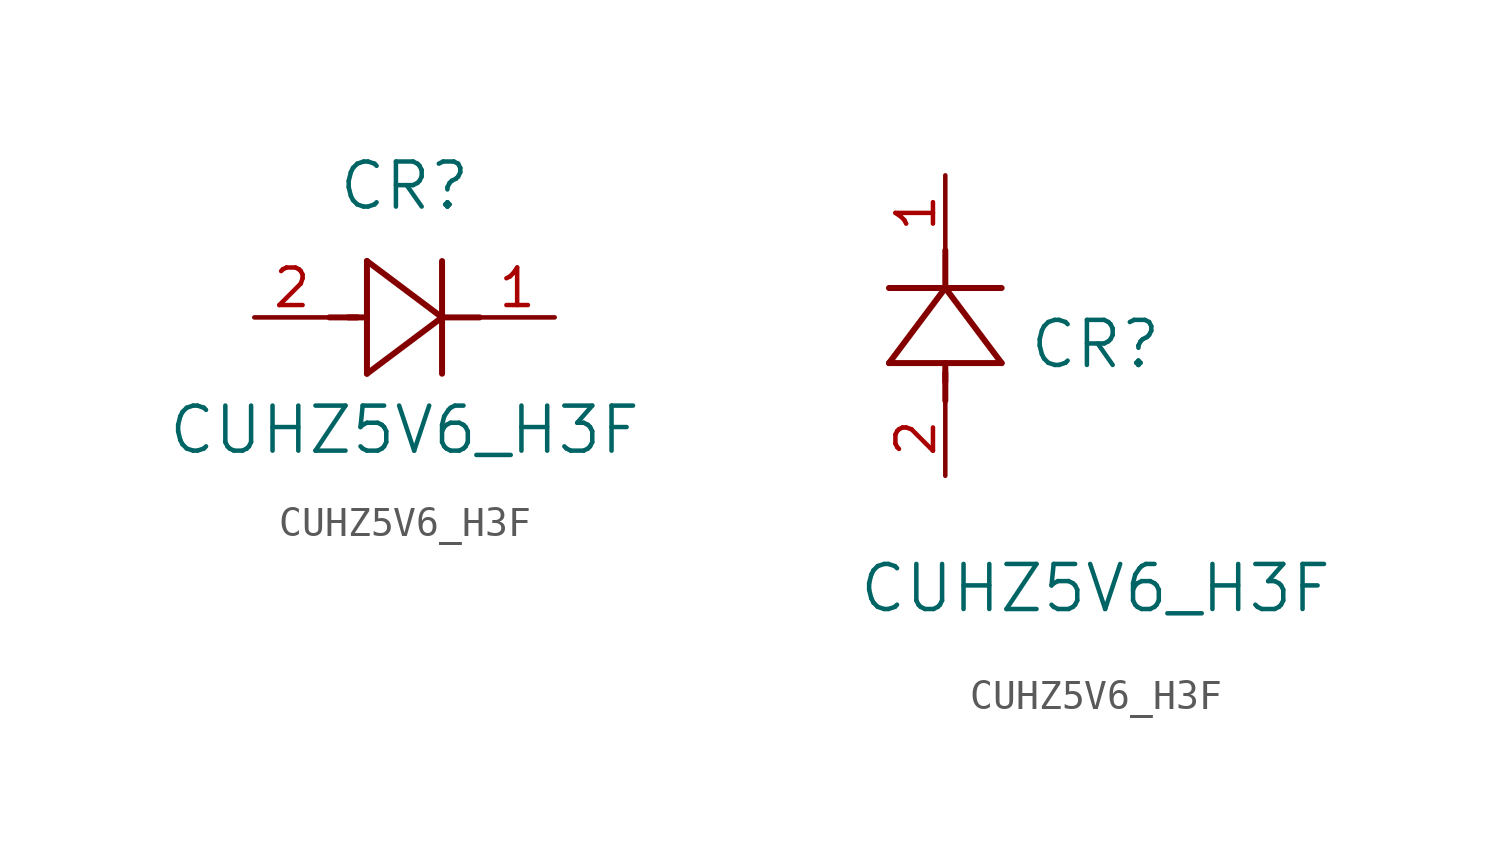
<source format=kicad_sym>
(kicad_symbol_lib
  (version 20211014)
  (generator kicad_symbol_editor)
  (symbol "CUHZ5V6_H3F"
    (pin_names
      (offset 0.254))
    (property "Reference" "CR"
      (at 5.08 4.445 0)
      (effects (font (size 1.524 1.524))))
    (property "Value" "CUHZ5V6_H3F"
      (at 5.08 -3.81 0)
      (effects (font (size 1.524 1.524))))
    (symbol "CUHZ5V6_H3F_1_1"
      (polyline (pts (xy 2.54 0) (xy 3.48 0)) (stroke (width 0.203) (type default) (color 0 0 0 0)) (fill (type none)))
      (polyline (pts (xy 3.81 1.905) (xy 3.81 -1.905)) (stroke (width 0.203) (type default) (color 0 0 0 0)) (fill (type none)))
      (polyline (pts (xy 3.175 0) (xy 3.81 0)) (stroke (width 0.203) (type default) (color 0 0 0 0)) (fill (type none)))
      (polyline (pts (xy 6.35 -1.905) (xy 6.35 1.905)) (stroke (width 0.203) (type default) (color 0 0 0 0)) (fill (type none)))
      (polyline (pts (xy 6.35 0) (xy 7.62 0)) (stroke (width 0.203) (type default) (color 0 0 0 0)) (fill (type none)))
      (polyline (pts (xy 6.35 0) (xy 3.81 1.905)) (stroke (width 0.203) (type default) (color 0 0 0 0)) (fill (type none)))
      (polyline (pts (xy 3.81 -1.905) (xy 6.35 0)) (stroke (width 0.203) (type default) (color 0 0 0 0)) (fill (type none)))
      (pin unspecified line (at 10.16 0 180) (length 2.54) (name "" (effects (font (size 1.27 1.27)))) (number "1" (effects (font (size 1.27 1.27)))))
      (pin unspecified line (at 0 0 0) (length 2.54) (name "" (effects (font (size 1.27 1.27)))) (number "2" (effects (font (size 1.27 1.27))))))
    (symbol "CUHZ5V6_H3F_1_2"
      (polyline (pts (xy 0 2.54) (xy 0 3.48)) (stroke (width 0.203) (type default) (color 0 0 0 0)) (fill (type none)))
      (polyline (pts (xy -1.905 3.81) (xy 1.905 3.81)) (stroke (width 0.203) (type default) (color 0 0 0 0)) (fill (type none)))
      (polyline (pts (xy 0 3.175) (xy 0 3.81)) (stroke (width 0.203) (type default) (color 0 0 0 0)) (fill (type none)))
      (polyline (pts (xy 1.905 6.35) (xy -1.905 6.35)) (stroke (width 0.203) (type default) (color 0 0 0 0)) (fill (type none)))
      (polyline (pts (xy 0 6.35) (xy 0 7.62)) (stroke (width 0.203) (type default) (color 0 0 0 0)) (fill (type none)))
      (polyline (pts (xy 0 6.35) (xy -1.905 3.81)) (stroke (width 0.203) (type default) (color 0 0 0 0)) (fill (type none)))
      (polyline (pts (xy 1.905 3.81) (xy 0 6.35)) (stroke (width 0.203) (type default) (color 0 0 0 0)) (fill (type none)))
      (pin unspecified line (at 0 10.16 270) (length 2.54) (name "" (effects (font (size 1.27 1.27)))) (number "1" (effects (font (size 1.27 1.27)))))
      (pin unspecified line (at 0 0 90) (length 2.54) (name "" (effects (font (size 1.27 1.27)))) (number "2" (effects (font (size 1.27 1.27))))))))
</source>
